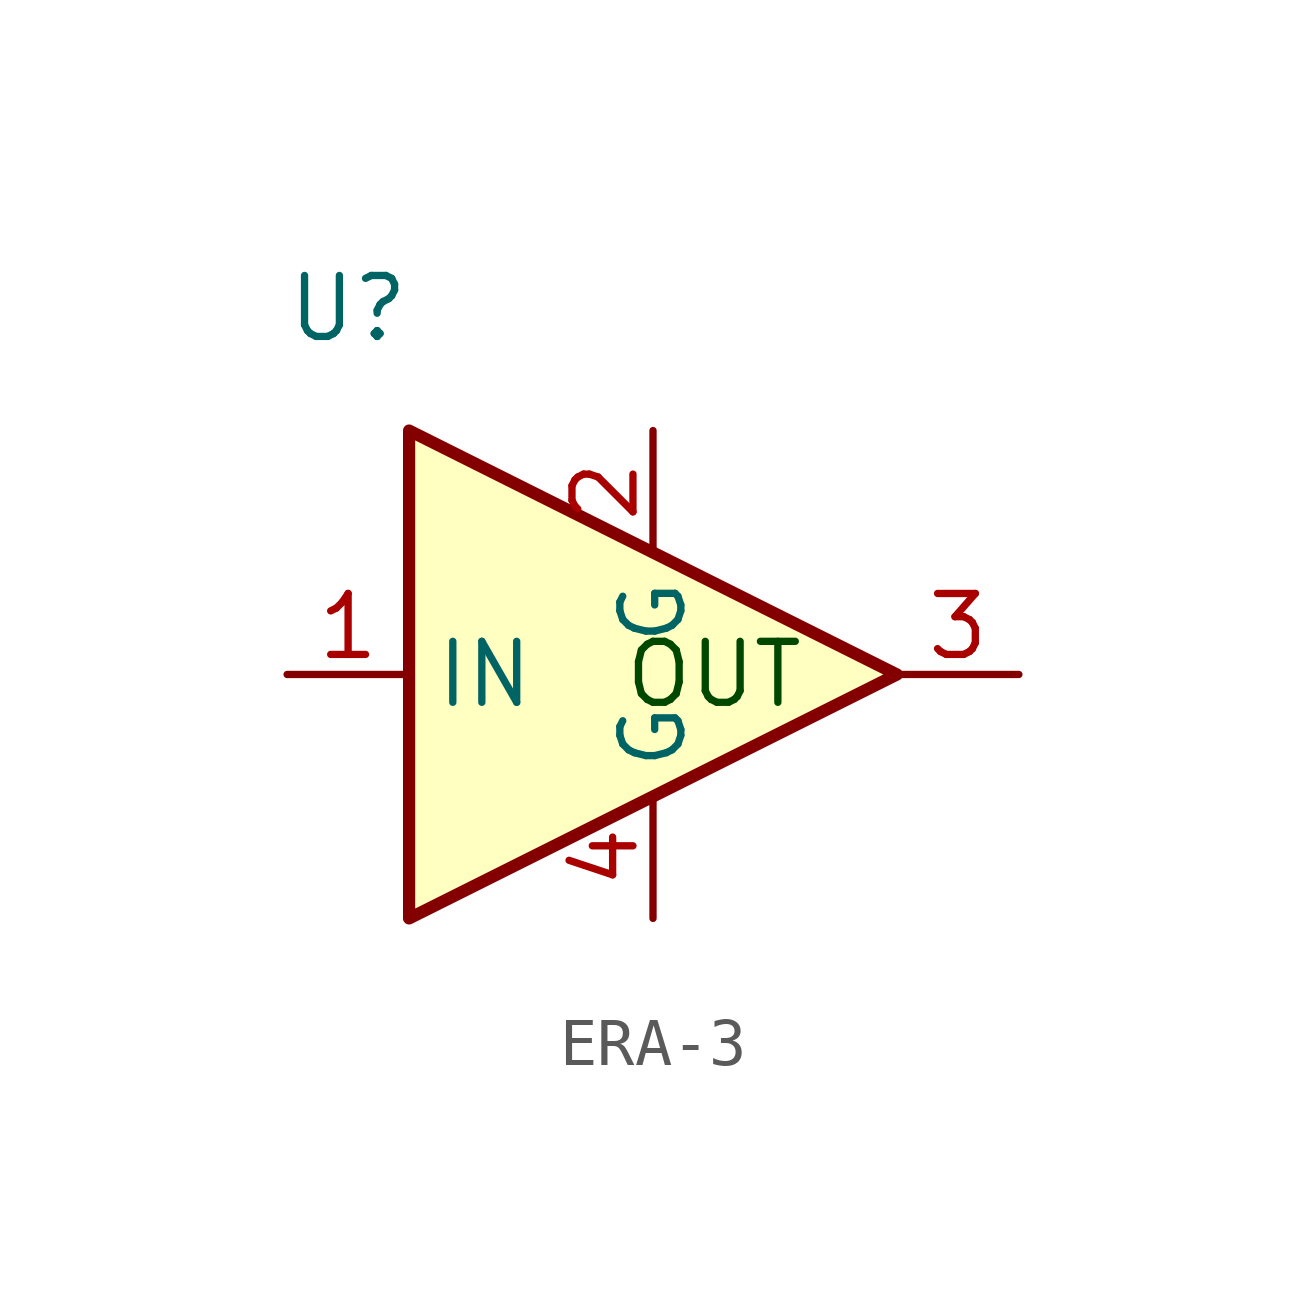
<source format=kicad_sym>
(kicad_symbol_lib
  (version 20220914)
  (generator kicad_symbol_editor)
  (symbol "ERA-3"
    (property "Reference" "U"
      (at -6.35 8.89 0)
      (effects (font (size 1.27 1.27))))
    (property "Value" ""
      (at -1.27 1.27 0)
      (effects (font (size 1.27 1.27))))
    (property "ki_locked" ""
      (at 0 0 0)
      (effects (font (size 1.27 1.27))))
    (symbol "ERA-3_0_1"
      (polyline (pts (xy 5.08 1.27) (xy -5.08 6.35) (xy -5.08 -3.81) (xy 5.08 1.27)) (stroke (width 0.254) (type default)) (fill (type background))))
    (symbol "ERA-3_1_1"
      (text "OUT" (at 1.27 1.27 0) (effects (font (face "KiCad Font") (size 1.27 1.27) (color 0 72 0 1))))
      (pin input line (at -7.62 1.27 0) (length 2.54) (name "IN" (effects (font (size 1.27 1.27)))) (number "1" (effects (font (size 1.27 1.27)))))
      (pin passive line (at 0 6.35 270) (length 2.54) (name "G" (effects (font (size 1.27 1.27)))) (number "2" (effects (font (size 1.27 1.27)))))
      (pin output line (at 7.62 1.27 180) (length 2.54) (name "" (effects (font (size 1.27 1.27)))) (number "3" (effects (font (size 1.27 1.27)))))
      (pin passive line (at 0 -3.81 90) (length 2.54) (name "G" (effects (font (size 1.27 1.27)))) (number "4" (effects (font (size 1.27 1.27))))))))
</source>
